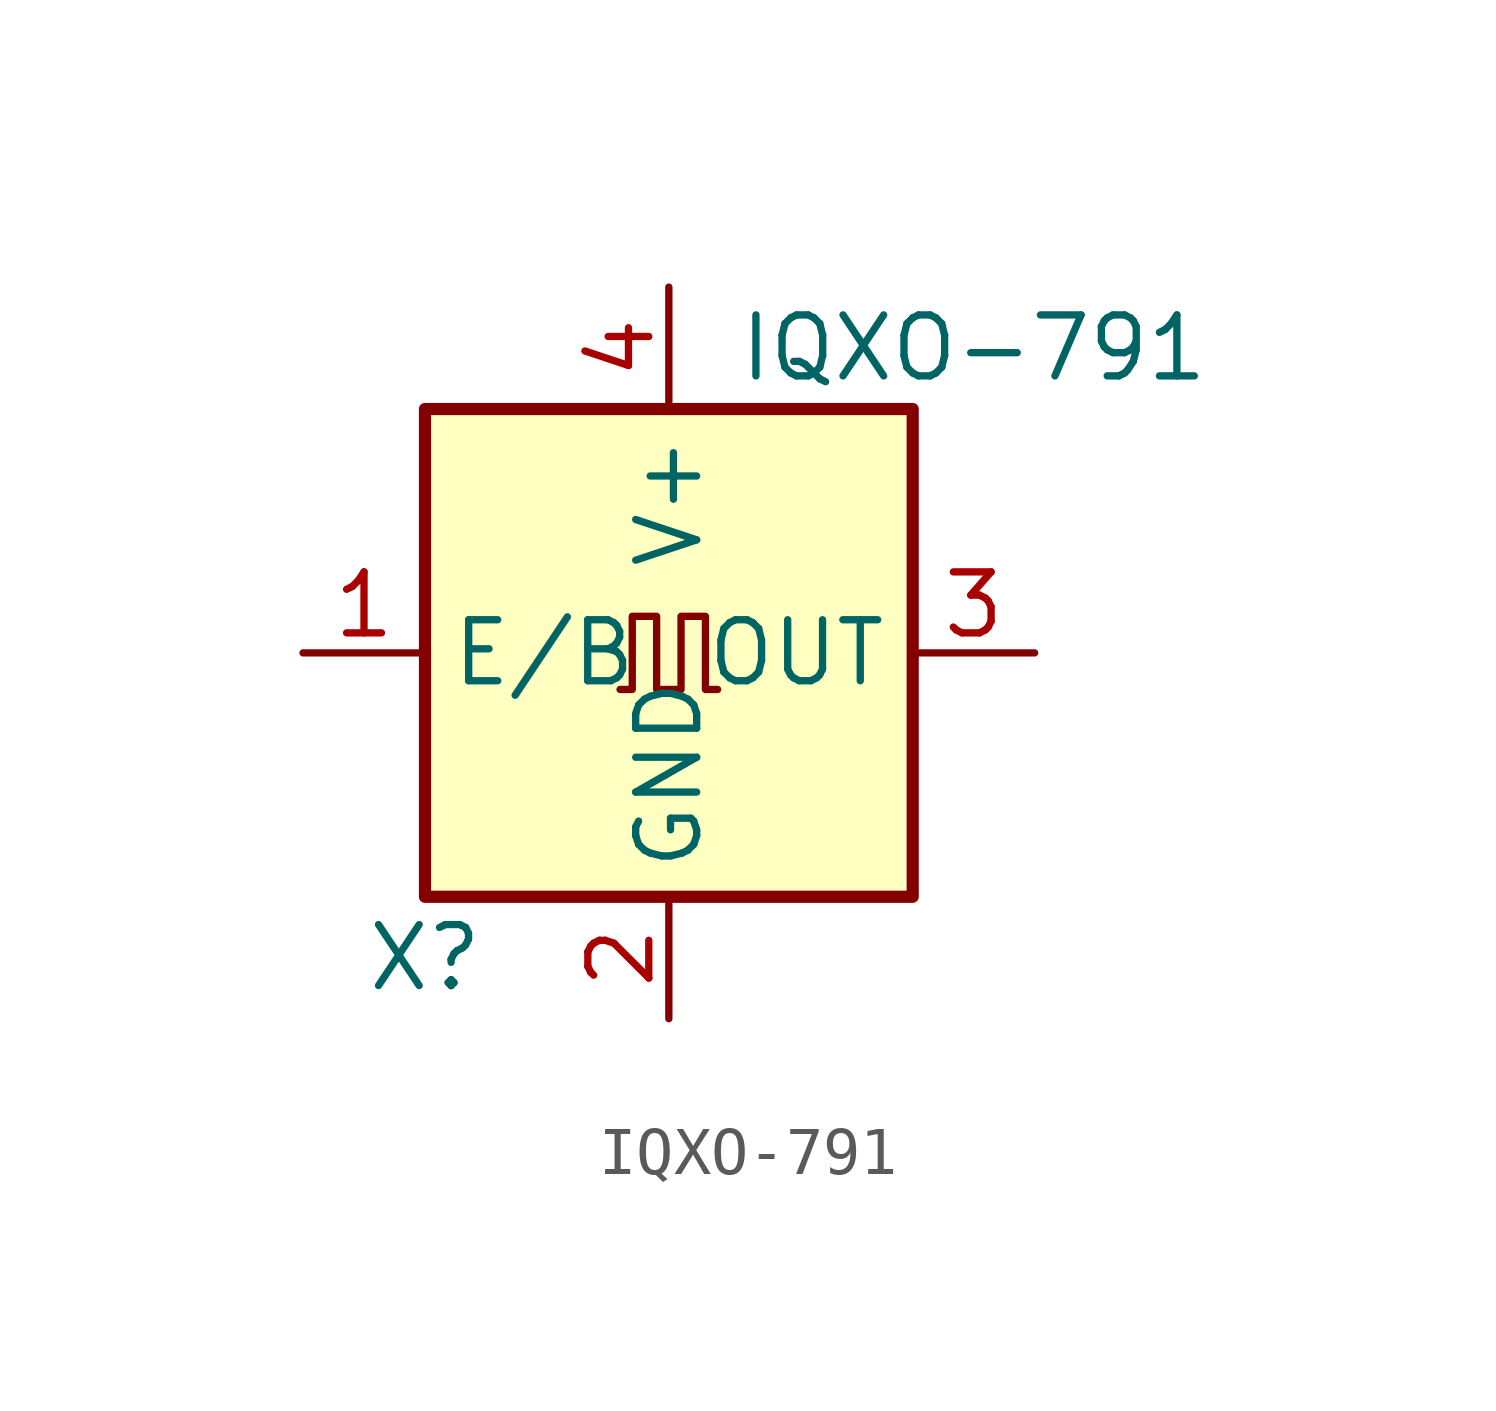
<source format=kicad_sym>
(kicad_symbol_lib
  (version 20210619)
  (generator kicad_symbol_editor)
  (symbol "wurth_elektronik:IQXO-791"
    (property "Reference" "X"
      (at -5.08 -6.35 0)
      (effects (font (size 1.27 1.27))))
    (property "Value" "IQXO-791"
      (at 6.35 6.35 0)
      (effects (font (size 1.27 1.27))))
    (symbol "IQXO-791_0_1"
      (rectangle (start -5.08 5.08) (end 5.08 -5.08) (stroke (width 0.254)) (fill (type background)))
      (polyline (pts (xy -1.016 -0.762) (xy -0.762 -0.762) (xy -0.762 0.762) (xy -0.254 0.762) (xy -0.254 -0.762) (xy 0.254 -0.762) (xy 0.254 0.762) (xy 0.762 0.762) (xy 0.762 -0.762) (xy 1.016 -0.762)) (stroke (width 0)) (fill (type none))))
    (symbol "IQXO-791_1_1"
      (pin input line (at -7.62 0 0) (length 2.54) (name "E/B" (effects (font (size 1.27 1.27)))) (number "1" (effects (font (size 1.27 1.27)))))
      (pin power_in line (at 0 -7.62 90) (length 2.54) (name "GND" (effects (font (size 1.27 1.27)))) (number "2" (effects (font (size 1.27 1.27)))))
      (pin output line (at 7.62 0 180) (length 2.54) (name "OUT" (effects (font (size 1.27 1.27)))) (number "3" (effects (font (size 1.27 1.27)))))
      (pin power_in line (at 0 7.62 270) (length 2.54) (name "V+" (effects (font (size 1.27 1.27)))) (number "4" (effects (font (size 1.27 1.27))))))))
</source>
